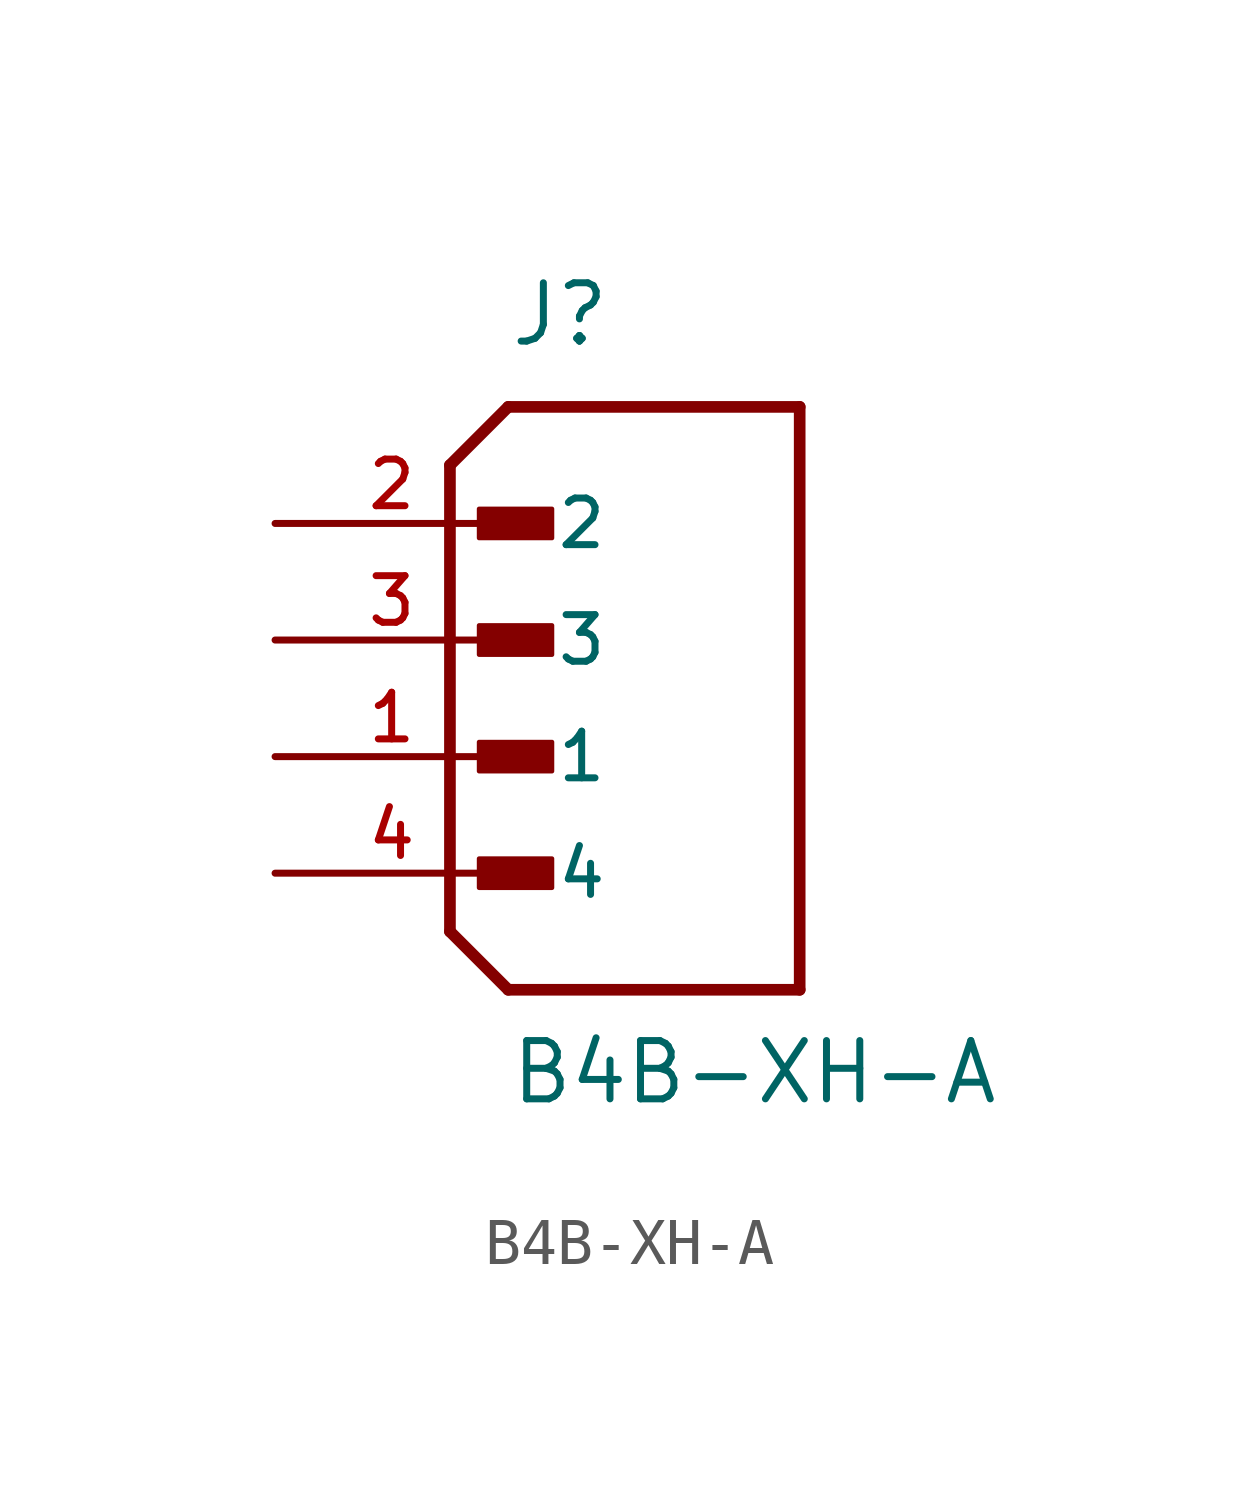
<source format=kicad_sym>
(kicad_symbol_lib
  (version 20220914)
  (generator kicad_symbol_editor)
  (symbol "B4B-XH-A"
    (pin_names
      (offset 1.016))
    (property "Reference" "J"
      (at -2.54 6.35 0)
      (effects (font (size 1.27 1.27)) (justify left bottom)))
    (property "Value" "B4B-XH-A"
      (at -2.54 -10.16 0)
      (effects (font (size 1.27 1.27)) (justify left bottom)))
    (symbol "B4B-XH-A_0_0"
      (rectangle (start -3.175 -5.397) (end -1.587 -4.763) (stroke (width 0.1) (type default)) (fill (type outline)))
      (rectangle (start -3.175 -2.857) (end -1.587 -2.223) (stroke (width 0.1) (type default)) (fill (type outline)))
      (rectangle (start -3.175 0.318) (end -1.587 -0.318) (stroke (width 0.1) (type default)) (fill (type outline)))
      (rectangle (start -3.175 2.223) (end -1.587 2.857) (stroke (width 0.1) (type default)) (fill (type outline)))
      (polyline (pts (xy -3.81 -6.35) (xy -2.54 -7.62)) (stroke (width 0.254) (type default)) (fill (type none)))
      (polyline (pts (xy -3.81 3.81) (xy -3.81 -6.35)) (stroke (width 0.254) (type default)) (fill (type none)))
      (polyline (pts (xy -3.81 3.81) (xy -2.54 5.08)) (stroke (width 0.254) (type default)) (fill (type none)))
      (polyline (pts (xy -2.54 -7.62) (xy 3.81 -7.62)) (stroke (width 0.254) (type default)) (fill (type none)))
      (polyline (pts (xy 3.81 -7.62) (xy 3.81 5.08)) (stroke (width 0.254) (type default)) (fill (type none)))
      (polyline (pts (xy 3.81 5.08) (xy -2.54 5.08)) (stroke (width 0.254) (type default)) (fill (type none)))
      (pin passive line (at -7.62 -5.08 0) (length 5.08) (name "4" (effects (font (size 1.016 1.016)))) (number "4" (effects (font (size 1.016 1.016))))))
    (symbol "B4B-XH-A_1_0"
      (pin passive line (at -7.62 -2.54 0) (length 5.08) (name "1" (effects (font (size 1.016 1.016)))) (number "1" (effects (font (size 1.016 1.016)))))
      (pin passive line (at -7.62 2.54 0) (length 5.08) (name "2" (effects (font (size 1.016 1.016)))) (number "2" (effects (font (size 1.016 1.016)))))
      (pin passive line (at -7.62 0 0) (length 5.08) (name "3" (effects (font (size 1.016 1.016)))) (number "3" (effects (font (size 1.016 1.016))))))))
</source>
